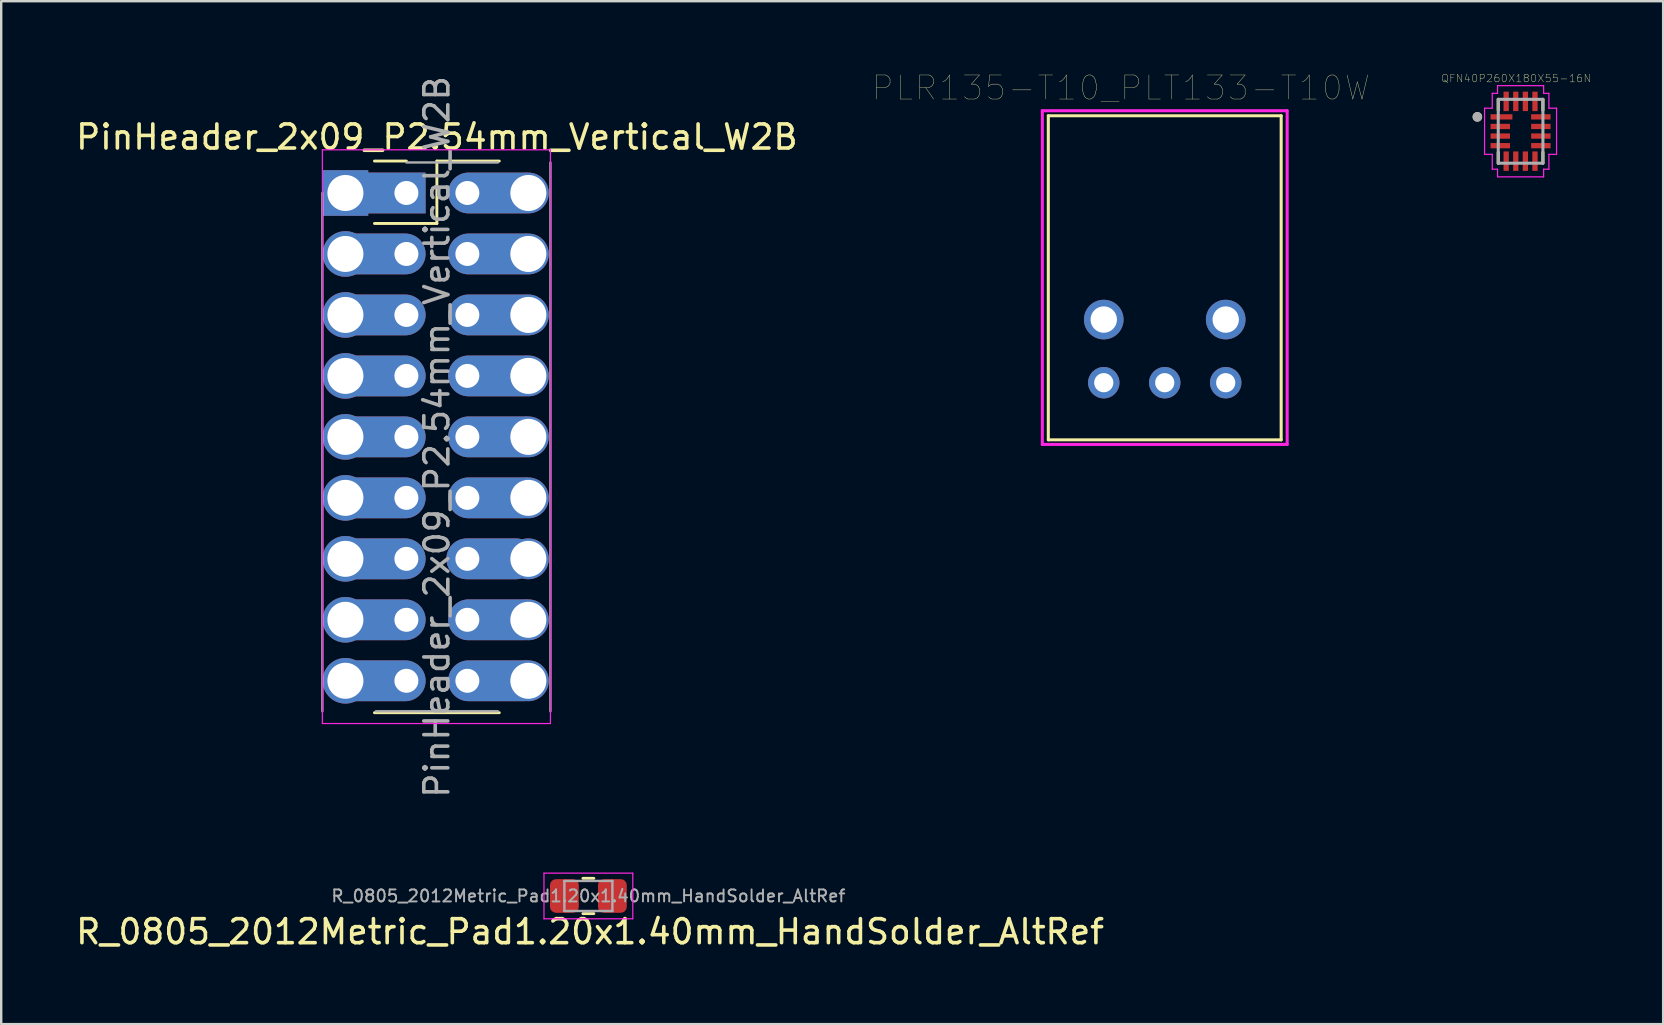
<source format=kicad_pcb>
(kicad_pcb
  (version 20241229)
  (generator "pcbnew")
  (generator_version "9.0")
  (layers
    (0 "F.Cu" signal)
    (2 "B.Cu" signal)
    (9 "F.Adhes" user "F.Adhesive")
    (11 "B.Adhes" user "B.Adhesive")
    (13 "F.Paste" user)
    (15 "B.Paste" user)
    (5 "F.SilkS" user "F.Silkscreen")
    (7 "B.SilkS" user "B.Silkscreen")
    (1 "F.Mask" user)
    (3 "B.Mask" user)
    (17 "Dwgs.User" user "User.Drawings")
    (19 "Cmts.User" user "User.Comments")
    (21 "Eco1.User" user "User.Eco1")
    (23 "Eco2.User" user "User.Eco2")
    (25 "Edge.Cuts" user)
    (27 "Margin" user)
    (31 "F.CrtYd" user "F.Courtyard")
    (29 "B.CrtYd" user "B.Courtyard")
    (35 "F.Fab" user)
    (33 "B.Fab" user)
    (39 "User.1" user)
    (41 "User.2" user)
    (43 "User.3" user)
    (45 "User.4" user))
  (footprint "R_0805_2012Metric_Pad1.20x1.40mm_HandSolder_AltRef"
    (layer "F.Cu")
    (at 21.46 34.273)
    (property "Reference" "R_0805_2012Metric_Pad1.20x1.40mm_HandSolder_AltRef" (at 0.07 1.49 0) (layer "F.SilkS") (effects (font (size 1 1) (thickness 0.15))))
    (attr smd)
    (fp_line (start -0.227 -0.735) (end 0.227 -0.735) (stroke (width 0.12) (type solid)) (layer "F.SilkS"))
    (fp_line (start -0.227 0.735) (end 0.227 0.735) (stroke (width 0.12) (type solid)) (layer "F.SilkS"))
    (fp_line (start -1.85 -0.95) (end 1.85 -0.95) (stroke (width 0.05) (type solid)) (layer "F.CrtYd"))
    (fp_line (start -1.85 0.95) (end -1.85 -0.95) (stroke (width 0.05) (type solid)) (layer "F.CrtYd"))
    (fp_line (start 1.85 -0.95) (end 1.85 0.95) (stroke (width 0.05) (type solid)) (layer "F.CrtYd"))
    (fp_line (start 1.85 0.95) (end -1.85 0.95) (stroke (width 0.05) (type solid)) (layer "F.CrtYd"))
    (fp_line (start -1 -0.625) (end 1 -0.625) (stroke (width 0.1) (type solid)) (layer "F.Fab"))
    (fp_line (start -1 0.625) (end -1 -0.625) (stroke (width 0.1) (type solid)) (layer "F.Fab"))
    (fp_line (start 1 -0.625) (end 1 0.625) (stroke (width 0.1) (type solid)) (layer "F.Fab"))
    (fp_line (start 1 0.625) (end -1 0.625) (stroke (width 0.1) (type solid)) (layer "F.Fab"))
    (fp_text user "${REFERENCE}" (at 0 0 0) (layer "F.Fab") (effects (font (size 0.5 0.5) (thickness 0.08))))
    (pad "1" smd roundrect (at -1 0) (size 1.2 1.4) (layers "F.Cu" "F.Mask" "F.Paste") (roundrect_rratio 0.208))
    (pad "2" smd roundrect (at 1 0) (size 1.2 1.4) (layers "F.Cu" "F.Mask" "F.Paste") (roundrect_rratio 0.208)))
  (footprint "PLR135-T10_PLT133-T10W"
    (layer "F.Cu")
    (at 45.469 10.262)
    (property "Reference" "PLR135-T10_PLT133-T10W" (at -1.828 -9.65 0) (layer "F.SilkS") (effects (font (size 1.002 1.002) (thickness 0.015))))
    (attr through_hole)
    (fp_line (start -4.85 -8.49) (end -4.85 5.01) (stroke (width 0.127) (type solid)) (layer "F.SilkS"))
    (fp_line (start 4.85 -8.49) (end -4.85 -8.49) (stroke (width 0.127) (type solid)) (layer "F.SilkS"))
    (fp_line (start 4.85 -8.49) (end 4.85 5.01) (stroke (width 0.127) (type solid)) (layer "F.SilkS"))
    (fp_line (start 4.85 5.01) (end -4.85 5.01) (stroke (width 0.127) (type solid)) (layer "F.SilkS"))
    (fp_line (start -5.1 -8.7) (end 5.1 -8.7) (stroke (width 0.127) (type solid)) (layer "F.CrtYd"))
    (fp_line (start -5.1 5.2) (end -5.1 -8.7) (stroke (width 0.127) (type solid)) (layer "F.CrtYd"))
    (fp_line (start 5.1 -8.7) (end 5.1 5.2) (stroke (width 0.127) (type solid)) (layer "F.CrtYd"))
    (fp_line (start 5.1 5.2) (end -5.1 5.2) (stroke (width 0.127) (type solid)) (layer "F.CrtYd"))
    (pad "1" thru_hole circle (at 2.54 2.63) (size 1.308 1.308) (drill 0.8) (layers "*.Cu" "*.Mask"))
    (pad "2" thru_hole circle (at 0 2.63) (size 1.308 1.308) (drill 0.8) (layers "*.Cu" "*.Mask"))
    (pad "3" thru_hole circle (at -2.54 2.63) (size 1.308 1.308) (drill 0.8) (layers "*.Cu" "*.Mask"))
    (pad "NC1" thru_hole circle (at 2.54 0) (size 1.65 1.65) (drill 1.1) (layers "*.Cu" "*.Mask"))
    (pad "NC2" thru_hole circle (at -2.54 0) (size 1.65 1.65) (drill 1.1) (layers "*.Cu" "*.Mask")))
  (footprint "QFN40P260X180X55-16N"
    (layer "F.Cu")
    (at 60.292 2.418)
    (property "Reference" "QFN40P260X180X55-16N" (at -0.184 -2.205 0) (layer "F.SilkS") (effects (font (size 0.32 0.32) (thickness 0.015))))
    (attr through_hole)
    (fp_line (start -0.93 -1.33) (end -0.93 -0.88) (stroke (width 0.127) (type solid)) (layer "F.SilkS"))
    (fp_line (start -0.93 0.88) (end -0.93 1.33) (stroke (width 0.127) (type solid)) (layer "F.SilkS"))
    (fp_line (start 0.93 -1.33) (end 0.93 -0.88) (stroke (width 0.127) (type solid)) (layer "F.SilkS"))
    (fp_line (start 0.93 1.33) (end 0.93 0.88) (stroke (width 0.127) (type solid)) (layer "F.SilkS"))
    (fp_circle (center -1.8 -0.6) (end -1.7 -0.6) (stroke (width 0.2) (type solid)) (fill no) (layer "F.SilkS"))
    (fp_line (start -1.5 -0.96) (end -1.18 -0.96) (stroke (width 0.05) (type solid)) (layer "F.CrtYd"))
    (fp_line (start -1.5 0.96) (end -1.5 -0.96) (stroke (width 0.05) (type solid)) (layer "F.CrtYd"))
    (fp_line (start -1.5 0.96) (end -1.18 0.96) (stroke (width 0.05) (type solid)) (layer "F.CrtYd"))
    (fp_line (start -1.18 -1.58) (end -0.96 -1.58) (stroke (width 0.05) (type solid)) (layer "F.CrtYd"))
    (fp_line (start -1.18 -0.96) (end -1.18 -1.58) (stroke (width 0.05) (type solid)) (layer "F.CrtYd"))
    (fp_line (start -1.18 0.96) (end -1.18 1.58) (stroke (width 0.05) (type solid)) (layer "F.CrtYd"))
    (fp_line (start -0.96 -1.9) (end 0.96 -1.9) (stroke (width 0.05) (type solid)) (layer "F.CrtYd"))
    (fp_line (start -0.96 -1.58) (end -0.96 -1.9) (stroke (width 0.05) (type solid)) (layer "F.CrtYd"))
    (fp_line (start -0.96 1.58) (end -1.18 1.58) (stroke (width 0.05) (type solid)) (layer "F.CrtYd"))
    (fp_line (start -0.96 1.9) (end -0.96 1.58) (stroke (width 0.05) (type solid)) (layer "F.CrtYd"))
    (fp_line (start 0.96 -1.9) (end 0.96 -1.58) (stroke (width 0.05) (type solid)) (layer "F.CrtYd"))
    (fp_line (start 0.96 -1.58) (end 1.18 -1.58) (stroke (width 0.05) (type solid)) (layer "F.CrtYd"))
    (fp_line (start 0.96 1.58) (end 0.96 1.9) (stroke (width 0.05) (type solid)) (layer "F.CrtYd"))
    (fp_line (start 0.96 1.9) (end -0.96 1.9) (stroke (width 0.05) (type solid)) (layer "F.CrtYd"))
    (fp_line (start 1.18 -0.96) (end 1.18 -1.58) (stroke (width 0.05) (type solid)) (layer "F.CrtYd"))
    (fp_line (start 1.18 0.96) (end 1.18 1.58) (stroke (width 0.05) (type solid)) (layer "F.CrtYd"))
    (fp_line (start 1.18 1.58) (end 0.96 1.58) (stroke (width 0.05) (type solid)) (layer "F.CrtYd"))
    (fp_line (start 1.5 -0.96) (end 1.18 -0.96) (stroke (width 0.05) (type solid)) (layer "F.CrtYd"))
    (fp_line (start 1.5 -0.96) (end 1.5 0.96) (stroke (width 0.05) (type solid)) (layer "F.CrtYd"))
    (fp_line (start 1.5 0.96) (end 1.18 0.96) (stroke (width 0.05) (type solid)) (layer "F.CrtYd"))
    (fp_line (start -0.93 -1.33) (end 0.93 -1.33) (stroke (width 0.127) (type solid)) (layer "F.Fab"))
    (fp_line (start -0.93 1.33) (end -0.93 -1.33) (stroke (width 0.127) (type solid)) (layer "F.Fab"))
    (fp_line (start 0.93 -1.33) (end 0.93 1.33) (stroke (width 0.127) (type solid)) (layer "F.Fab"))
    (fp_line (start 0.93 1.33) (end -0.93 1.33) (stroke (width 0.127) (type solid)) (layer "F.Fab"))
    (fp_circle (center -1.8 -0.6) (end -1.7 -0.6) (stroke (width 0.2) (type solid)) (fill no) (layer "F.Fab"))
    (pad "1" smd rect (at -0.795 -0.6) (size 0.91 0.22) (layers "F.Cu" "F.Mask" "F.Paste"))
    (pad "2" smd rect (at -0.845 -0.2) (size 0.81 0.22) (layers "F.Cu" "F.Mask" "F.Paste"))
    (pad "3" smd rect (at -0.845 0.2) (size 0.81 0.22) (layers "F.Cu" "F.Mask" "F.Paste"))
    (pad "4" smd rect (at -0.845 0.6) (size 0.81 0.22) (layers "F.Cu" "F.Mask" "F.Paste"))
    (pad "5" smd rect (at -0.6 1.245) (size 0.22 0.81) (layers "F.Cu" "F.Mask" "F.Paste"))
    (pad "6" smd rect (at -0.2 1.245) (size 0.22 0.81) (layers "F.Cu" "F.Mask" "F.Paste"))
    (pad "7" smd rect (at 0.2 1.245) (size 0.22 0.81) (layers "F.Cu" "F.Mask" "F.Paste"))
    (pad "8" smd rect (at 0.6 1.245) (size 0.22 0.81) (layers "F.Cu" "F.Mask" "F.Paste"))
    (pad "9" smd rect (at 0.845 0.6) (size 0.81 0.22) (layers "F.Cu" "F.Mask" "F.Paste"))
    (pad "10" smd rect (at 0.845 0.2) (size 0.81 0.22) (layers "F.Cu" "F.Mask" "F.Paste"))
    (pad "11" smd rect (at 0.845 -0.2) (size 0.81 0.22) (layers "F.Cu" "F.Mask" "F.Paste"))
    (pad "12" smd rect (at 0.845 -0.6) (size 0.81 0.22) (layers "F.Cu" "F.Mask" "F.Paste"))
    (pad "13" smd rect (at 0.6 -1.245) (size 0.22 0.81) (layers "F.Cu" "F.Mask" "F.Paste"))
    (pad "14" smd rect (at 0.2 -1.245) (size 0.22 0.81) (layers "F.Cu" "F.Mask" "F.Paste"))
    (pad "15" smd rect (at -0.2 -1.245) (size 0.22 0.81) (layers "F.Cu" "F.Mask" "F.Paste"))
    (pad "16" smd rect (at -0.6 -1.245) (size 0.22 0.81) (layers "F.Cu" "F.Mask" "F.Paste")))
  (footprint "PinHeader_2x09_P2.54mm_Vertical_W2B"
    (layer "F.Cu")
    (at 13.879 4.989)
    (property "Reference" "PinHeader_2x09_P2.54mm_Vertical_W2B" (at 1.27 -2.33 0) (layer "F.SilkS") (effects (font (size 1 1) (thickness 0.15))))
    (attr through_hole)
    (fp_line (start -1.33 -1.33) (end 0 -1.33) (stroke (width 0.12) (type solid)) (layer "F.SilkS"))
    (fp_line (start -1.33 1.27) (end 1.27 1.27) (stroke (width 0.12) (type solid)) (layer "F.SilkS"))
    (fp_line (start -1.33 21.65) (end 3.87 21.65) (stroke (width 0.12) (type solid)) (layer "F.SilkS"))
    (fp_line (start 1.27 -1.33) (end 3.87 -1.33) (stroke (width 0.12) (type solid)) (layer "F.SilkS"))
    (fp_line (start 1.27 1.27) (end 1.27 -1.33) (stroke (width 0.12) (type solid)) (layer "F.SilkS"))
    (fp_line (start -3.5 -1.8) (end -3.5 22.1) (stroke (width 0.05) (type solid)) (layer "F.CrtYd"))
    (fp_line (start -3.5 22.1) (end 6 22.1) (stroke (width 0.05) (type solid)) (layer "F.CrtYd"))
    (fp_line (start 6 -1.8) (end -3.5 -1.8) (stroke (width 0.05) (type solid)) (layer "F.CrtYd"))
    (fp_line (start 6 22.1) (end 6 -1.8) (stroke (width 0.05) (type solid)) (layer "F.CrtYd"))
    (fp_line (start -3.5 21.59) (end -3.5 0) (stroke (width 0.1) (type solid)) (layer "F.Fab"))
    (fp_line (start 0 -1.27) (end 3.81 -1.27) (stroke (width 0.1) (type solid)) (layer "F.Fab"))
    (fp_line (start 3.81 21.59) (end -1.27 21.59) (stroke (width 0.1) (type solid)) (layer "F.Fab"))
    (fp_line (start 6 -1.27) (end 6 21.59) (stroke (width 0.1) (type solid)) (layer "F.Fab"))
    (fp_text user "${REFERENCE}" (at 1.27 10.16 90) (layer "F.Fab") (effects (font (size 1 1) (thickness 0.15))))
    (pad "1" thru_hole rect (at -2.54 0 90) (size 1.9 1.9) (drill 1.5) (layers "*.Cu" "*.Mask"))
    (pad "1" thru_hole rect (at 0 0 180) (size 4 1.7) (drill 1 (offset 1.2 0)) (layers "*.Cu" "*.Mask"))
    (pad "2" thru_hole oval (at 2.54 0) (size 4 1.7) (drill 1 (offset 1.2 0)) (layers "*.Cu" "*.Mask"))
    (pad "2" thru_hole oval (at 5.08 0) (size 1.7 1.7) (drill 1.5) (layers "*.Cu" "*.Mask"))
    (pad "3" thru_hole oval (at -2.54 2.54) (size 1.9 1.9) (drill 1.5) (layers "*.Cu" "*.Mask"))
    (pad "3" thru_hole oval (at 0 2.54 180) (size 4 1.7) (drill 1 (offset 1.2 0)) (layers "*.Cu" "*.Mask"))
    (pad "4" thru_hole oval (at 2.54 2.54) (size 4 1.7) (drill 1 (offset 1.2 0)) (layers "*.Cu" "*.Mask"))
    (pad "4" thru_hole oval (at 5.08 2.54) (size 1.7 1.7) (drill 1.5) (layers "*.Cu" "*.Mask"))
    (pad "5" thru_hole oval (at -2.54 5.08) (size 1.9 1.9) (drill 1.5) (layers "*.Cu" "*.Mask"))
    (pad "5" thru_hole oval (at 0 5.08 180) (size 4 1.7) (drill 1 (offset 1.2 0)) (layers "*.Cu" "*.Mask"))
    (pad "6" thru_hole oval (at 2.54 5.08) (size 4 1.7) (drill 1 (offset 1.2 0)) (layers "*.Cu" "*.Mask"))
    (pad "6" thru_hole oval (at 5.08 5.08) (size 1.7 1.7) (drill 1.5) (layers "*.Cu" "*.Mask"))
    (pad "7" thru_hole oval (at -2.54 7.62) (size 1.9 1.9) (drill 1.5) (layers "*.Cu" "*.Mask"))
    (pad "7" thru_hole oval (at 0 7.62 180) (size 4 1.7) (drill 1 (offset 1.2 0)) (layers "*.Cu" "*.Mask"))
    (pad "8" thru_hole oval (at 2.54 7.62) (size 4 1.7) (drill 1 (offset 1.2 0)) (layers "*.Cu" "*.Mask"))
    (pad "8" thru_hole oval (at 5.08 7.62) (size 1.7 1.7) (drill 1.5) (layers "*.Cu" "*.Mask"))
    (pad "9" thru_hole oval (at -2.54 10.16) (size 1.9 1.9) (drill 1.5) (layers "*.Cu" "*.Mask"))
    (pad "9" thru_hole oval (at 0 10.16 180) (size 4 1.7) (drill 1 (offset 1.2 0)) (layers "*.Cu" "*.Mask"))
    (pad "10" thru_hole oval (at 2.54 10.16) (size 4 1.7) (drill 1 (offset 1.2 0)) (layers "*.Cu" "*.Mask"))
    (pad "10" thru_hole oval (at 5.08 10.16) (size 1.7 1.7) (drill 1.5) (layers "*.Cu" "*.Mask"))
    (pad "11" thru_hole oval (at -2.54 12.7) (size 1.9 1.9) (drill 1.5) (layers "*.Cu" "*.Mask"))
    (pad "11" thru_hole oval (at 0 12.7 180) (size 4 1.7) (drill 1 (offset 1.2 0)) (layers "*.Cu" "*.Mask"))
    (pad "12" thru_hole oval (at 2.54 12.7) (size 4 1.7) (drill 1 (offset 1.2 0)) (layers "*.Cu" "*.Mask"))
    (pad "12" thru_hole oval (at 5.08 12.7) (size 1.7 1.7) (drill 1.5) (layers "*.Cu" "*.Mask"))
    (pad "13" thru_hole oval (at -2.54 15.24) (size 1.9 1.9) (drill 1.5) (layers "*.Cu" "*.Mask"))
    (pad "13" thru_hole oval (at 0 15.24 180) (size 4 1.7) (drill 1 (offset 1.2 0)) (layers "*.Cu" "*.Mask"))
    (pad "14" thru_hole oval (at 2.54 15.24) (size 3.75 1.7) (drill 1 (offset 1 0)) (layers "*.Cu" "*.Mask"))
    (pad "14" thru_hole oval (at 5.08 15.24) (size 1.7 1.7) (drill 1.5) (layers "*.Cu" "*.Mask"))
    (pad "15" thru_hole oval (at -2.54 17.78) (size 1.9 1.9) (drill 1.5) (layers "*.Cu" "*.Mask"))
    (pad "15" thru_hole oval (at 0 17.78 180) (size 4 1.7) (drill 1 (offset 1.2 0)) (layers "*.Cu" "*.Mask"))
    (pad "16" thru_hole oval (at 2.54 17.78) (size 4 1.7) (drill 1 (offset 1.2 0)) (layers "*.Cu" "*.Mask"))
    (pad "16" thru_hole oval (at 5.08 17.78) (size 1.7 1.7) (drill 1.5) (layers "*.Cu" "*.Mask"))
    (pad "17" thru_hole oval (at -2.54 20.32) (size 1.9 1.9) (drill 1.5) (layers "*.Cu" "*.Mask"))
    (pad "17" thru_hole oval (at 0 20.32 180) (size 4 1.7) (drill 1 (offset 1.2 0)) (layers "*.Cu" "*.Mask"))
    (pad "18" thru_hole oval (at 2.54 20.32) (size 4 1.7) (drill 1 (offset 1.2 0)) (layers "*.Cu" "*.Mask"))
    (pad "18" thru_hole oval (at 5.08 20.32) (size 1.7 1.7) (drill 1.5) (layers "*.Cu" "*.Mask")))
  (gr_rect
    (start -3 -3)
    (end 66.232 39.611)
    (stroke (width 0.1) (type default))
    (fill no)
    (layer "Edge.Cuts")))
</source>
